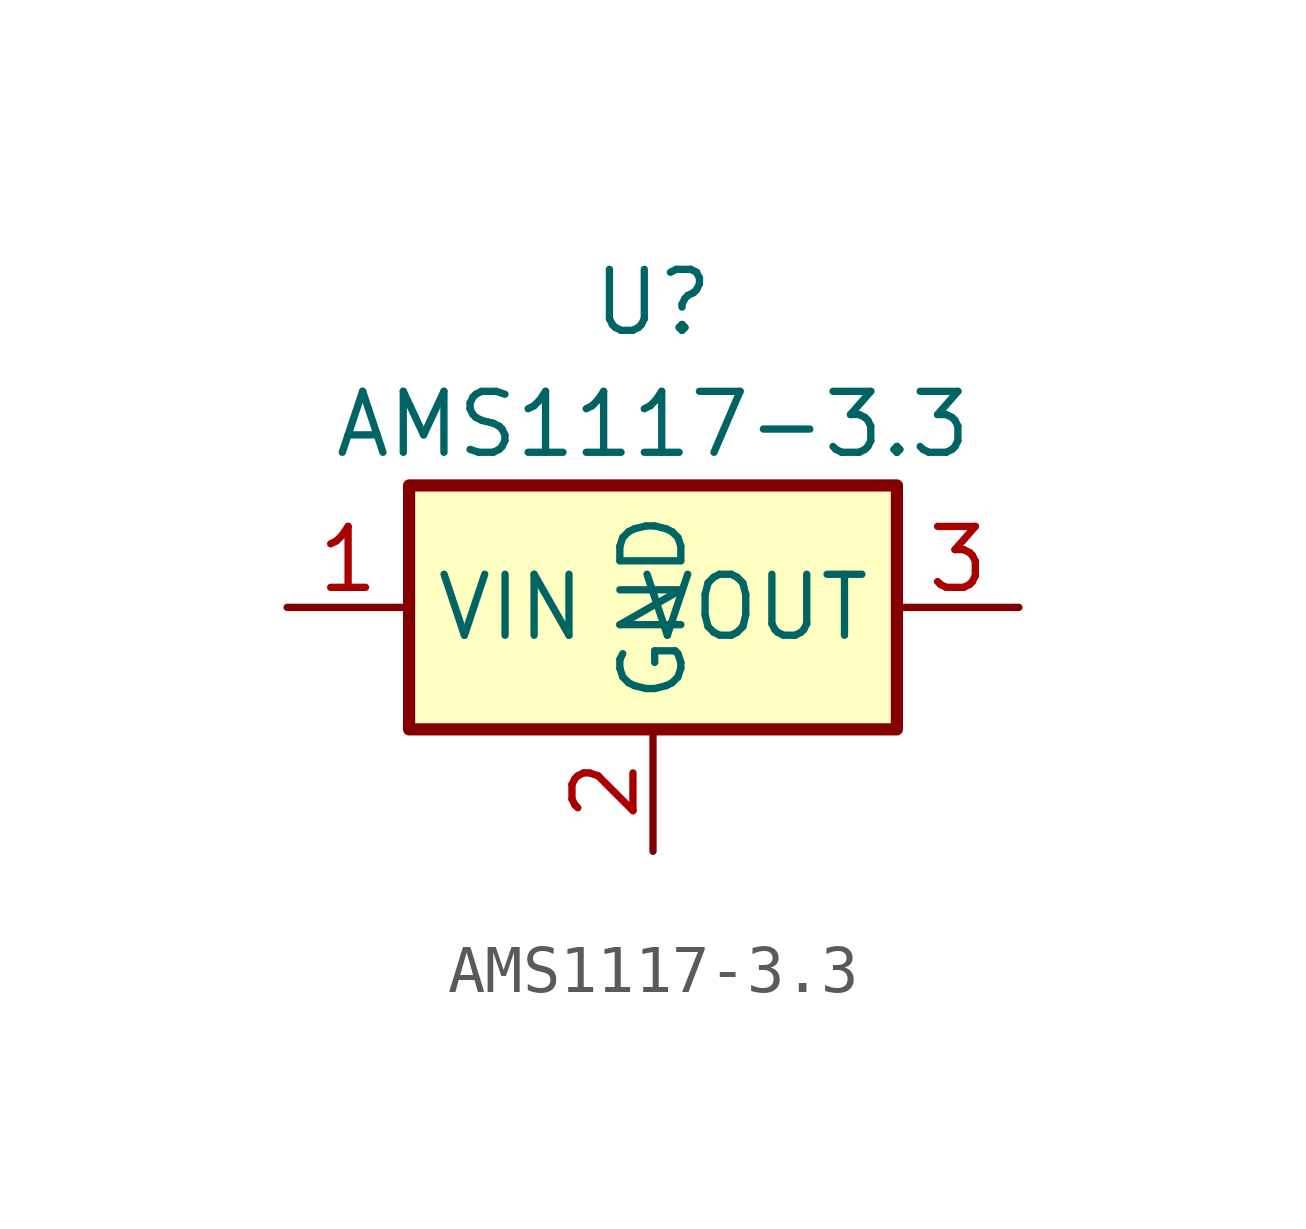
<source format=kicad_sym>
(kicad_symbol_lib
  (version 20220914)
  (generator cultivio)
  (symbol "AMS1117-3.3"
    (property "Reference" "U"
      (at 0 6.35 0)
      (effects (font (size 1.27 1.27))))
    (property "Value" "AMS1117-3.3"
      (at 0 3.81 0)
      (effects (font (size 1.27 1.27))))
    (symbol "AMS1117-3.3_0_1"
      (rectangle (start -5.08 2.54) (end 5.08 -2.54) (stroke (width 0.254) (type default)) (fill (type background))))
    (symbol "AMS1117-3.3_1_1"
      (pin power_in line (at -7.62 0 0) (length 2.54) (name "VIN" (effects (font (size 1.27 1.27)))) (number "1" (effects (font (size 1.27 1.27)))))
      (pin power_in line (at 0 -5.08 90) (length 2.54) (name "GND" (effects (font (size 1.27 1.27)))) (number "2" (effects (font (size 1.27 1.27)))))
      (pin power_out line (at 7.62 0 180) (length 2.54) (name "VOUT" (effects (font (size 1.27 1.27)))) (number "3" (effects (font (size 1.27 1.27))))))))
</source>
